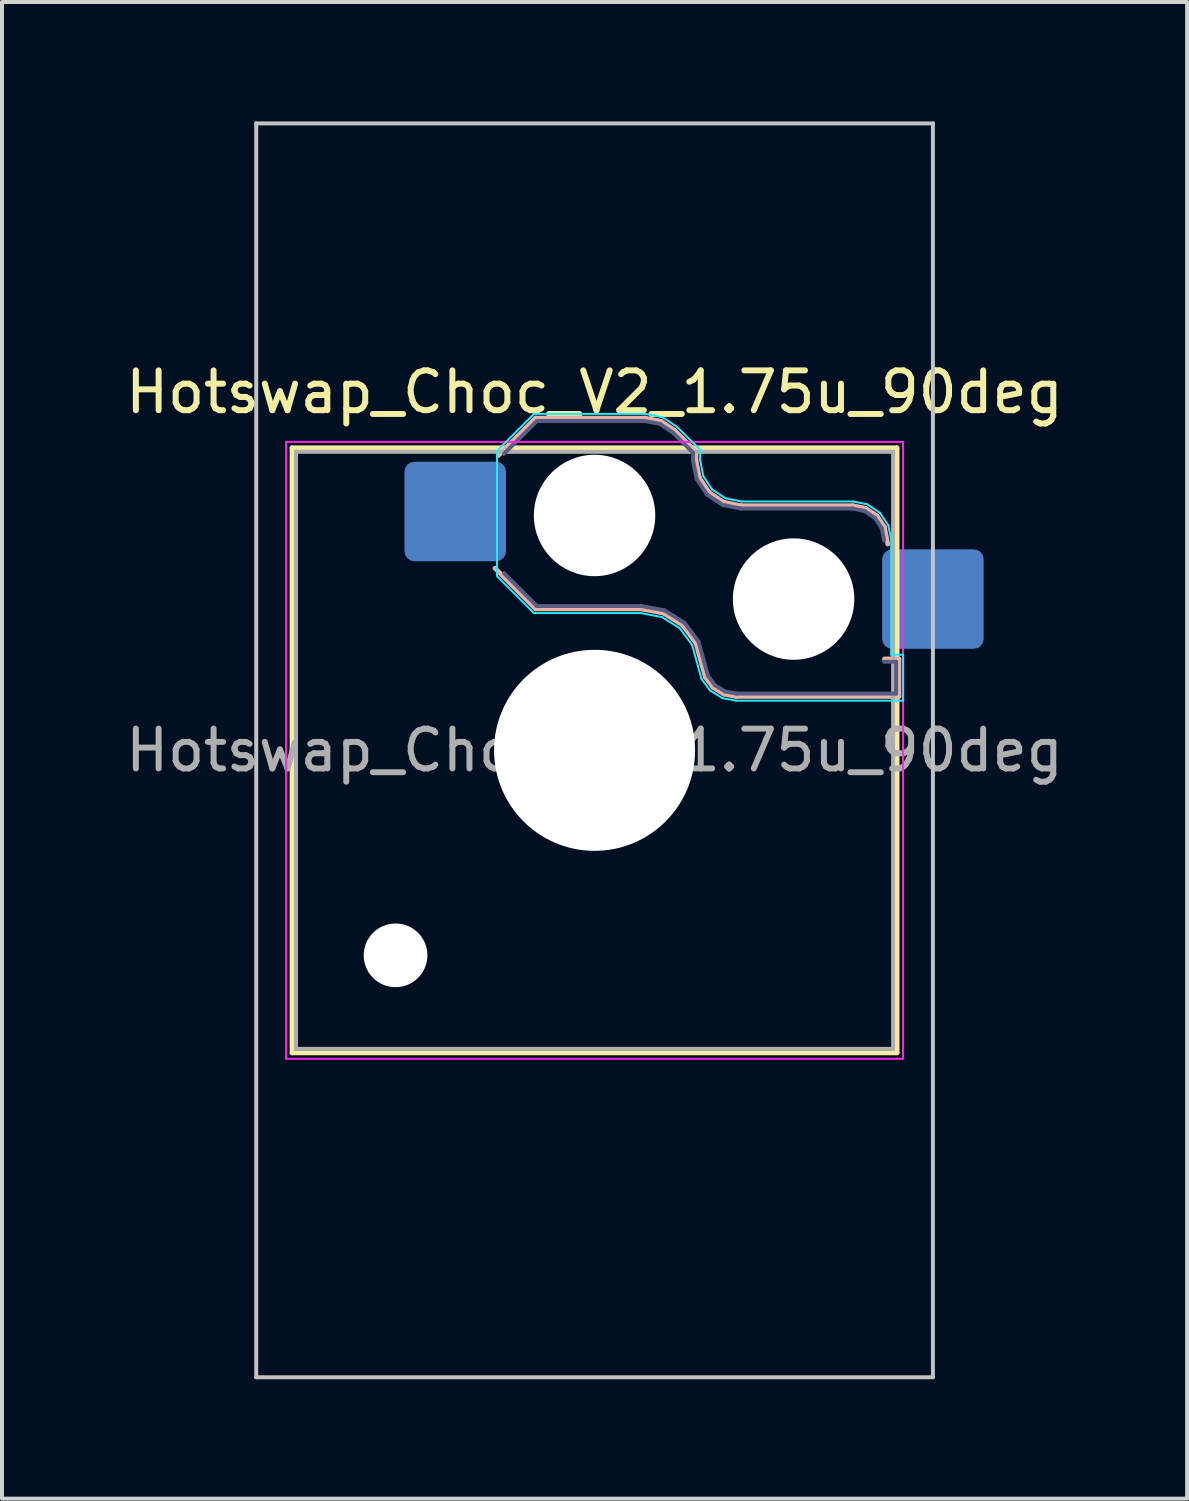
<source format=kicad_pcb>
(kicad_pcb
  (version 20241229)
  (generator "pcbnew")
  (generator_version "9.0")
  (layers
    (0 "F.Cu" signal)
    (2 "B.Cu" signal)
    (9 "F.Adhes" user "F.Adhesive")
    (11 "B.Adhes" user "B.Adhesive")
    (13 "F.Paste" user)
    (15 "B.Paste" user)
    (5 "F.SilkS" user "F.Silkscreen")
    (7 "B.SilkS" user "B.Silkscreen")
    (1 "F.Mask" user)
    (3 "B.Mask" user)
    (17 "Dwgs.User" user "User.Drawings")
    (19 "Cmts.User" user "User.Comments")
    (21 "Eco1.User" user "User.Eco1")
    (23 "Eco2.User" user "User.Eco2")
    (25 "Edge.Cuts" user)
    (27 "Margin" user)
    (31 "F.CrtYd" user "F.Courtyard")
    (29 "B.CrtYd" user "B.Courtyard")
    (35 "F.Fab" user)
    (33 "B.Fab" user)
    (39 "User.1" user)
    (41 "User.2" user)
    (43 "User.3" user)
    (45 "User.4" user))
  (footprint "Hotswap_Choc_V2_1.75u_90deg"
    (layer "F.Cu")
    (at 11.887 15.8)
    (property "Reference" "Hotswap_Choc_V2_1.75u_90deg" (at 0 -9 0) (layer "F.SilkS") (effects (font (size 1 1) (thickness 0.15))))
    (attr smd)
    (fp_line (start -7.6 -7.6) (end -7.6 7.6) (stroke (width 0.12) (type solid)) (layer "F.SilkS"))
    (fp_line (start -7.6 7.6) (end 7.6 7.6) (stroke (width 0.12) (type solid)) (layer "F.SilkS"))
    (fp_line (start 7.6 -7.6) (end -7.6 -7.6) (stroke (width 0.12) (type solid)) (layer "F.SilkS"))
    (fp_line (start 7.6 7.6) (end 7.6 -7.6) (stroke (width 0.12) (type solid)) (layer "F.SilkS"))
    (fp_line (start -2.416 -7.409) (end -1.479 -8.346) (stroke (width 0.12) (type solid)) (layer "B.SilkS"))
    (fp_line (start -1.479 -8.346) (end 1.268 -8.346) (stroke (width 0.12) (type solid)) (layer "B.SilkS"))
    (fp_line (start -1.479 -3.554) (end -2.5 -4.575) (stroke (width 0.12) (type solid)) (layer "B.SilkS"))
    (fp_line (start 1.168 -3.554) (end -1.479 -3.554) (stroke (width 0.12) (type solid)) (layer "B.SilkS"))
    (fp_line (start 1.268 -8.346) (end 1.671 -8.266) (stroke (width 0.12) (type solid)) (layer "B.SilkS"))
    (fp_line (start 1.671 -8.266) (end 2.013 -8.037) (stroke (width 0.12) (type solid)) (layer "B.SilkS"))
    (fp_line (start 1.73 -3.449) (end 1.168 -3.554) (stroke (width 0.12) (type solid)) (layer "B.SilkS"))
    (fp_line (start 2.013 -8.037) (end 2.546 -7.504) (stroke (width 0.12) (type solid)) (layer "B.SilkS"))
    (fp_line (start 2.209 -3.15) (end 1.73 -3.449) (stroke (width 0.12) (type solid)) (layer "B.SilkS"))
    (fp_line (start 2.546 -7.504) (end 2.546 -7.282) (stroke (width 0.12) (type solid)) (layer "B.SilkS"))
    (fp_line (start 2.546 -7.282) (end 2.633 -6.844) (stroke (width 0.12) (type solid)) (layer "B.SilkS"))
    (fp_line (start 2.547 -2.697) (end 2.209 -3.15) (stroke (width 0.12) (type solid)) (layer "B.SilkS"))
    (fp_line (start 2.633 -6.844) (end 2.877 -6.477) (stroke (width 0.12) (type solid)) (layer "B.SilkS"))
    (fp_line (start 2.701 -2.139) (end 2.547 -2.697) (stroke (width 0.12) (type solid)) (layer "B.SilkS"))
    (fp_line (start 2.783 -1.841) (end 2.701 -2.139) (stroke (width 0.12) (type solid)) (layer "B.SilkS"))
    (fp_line (start 2.877 -6.477) (end 3.244 -6.233) (stroke (width 0.12) (type solid)) (layer "B.SilkS"))
    (fp_line (start 2.976 -1.583) (end 2.783 -1.841) (stroke (width 0.12) (type solid)) (layer "B.SilkS"))
    (fp_line (start 3.244 -6.233) (end 3.682 -6.146) (stroke (width 0.12) (type solid)) (layer "B.SilkS"))
    (fp_line (start 3.25 -1.413) (end 2.976 -1.583) (stroke (width 0.12) (type solid)) (layer "B.SilkS"))
    (fp_line (start 3.56 -1.354) (end 3.25 -1.413) (stroke (width 0.12) (type solid)) (layer "B.SilkS"))
    (fp_line (start 3.682 -6.146) (end 6.482 -6.146) (stroke (width 0.12) (type solid)) (layer "B.SilkS"))
    (fp_line (start 6.482 -6.146) (end 6.809 -6.081) (stroke (width 0.12) (type solid)) (layer "B.SilkS"))
    (fp_line (start 6.809 -6.081) (end 7.092 -5.892) (stroke (width 0.12) (type solid)) (layer "B.SilkS"))
    (fp_line (start 7.092 -5.892) (end 7.281 -5.609) (stroke (width 0.12) (type solid)) (layer "B.SilkS"))
    (fp_line (start 7.281 -5.609) (end 7.366 -5.182) (stroke (width 0.12) (type solid)) (layer "B.SilkS"))
    (fp_line (start 7.283 -2.296) (end 7.646 -2.296) (stroke (width 0.12) (type solid)) (layer "B.SilkS"))
    (fp_line (start 7.646 -2.296) (end 7.646 -1.354) (stroke (width 0.12) (type solid)) (layer "B.SilkS"))
    (fp_line (start 7.646 -1.354) (end 3.56 -1.354) (stroke (width 0.12) (type solid)) (layer "B.SilkS"))
    (fp_line (start -8.5 -15.75) (end 8.5 -15.75) (stroke (width 0.1) (type solid)) (layer "Dwgs.User"))
    (fp_line (start -8.5 15.75) (end -8.5 -15.75) (stroke (width 0.1) (type solid)) (layer "Dwgs.User"))
    (fp_line (start 8.5 -15.75) (end 8.5 15.75) (stroke (width 0.1) (type solid)) (layer "Dwgs.User"))
    (fp_line (start 8.5 15.75) (end -8.5 15.75) (stroke (width 0.1) (type solid)) (layer "Dwgs.User"))
    (fp_line (start -7.25 -7.25) (end -7.25 7.25) (stroke (width 0.1) (type solid)) (layer "Eco1.User"))
    (fp_line (start -7.25 7.25) (end 7.25 7.25) (stroke (width 0.1) (type solid)) (layer "Eco1.User"))
    (fp_line (start 7.25 -7.25) (end -7.25 -7.25) (stroke (width 0.1) (type solid)) (layer "Eco1.User"))
    (fp_line (start 7.25 7.25) (end 7.25 -7.25) (stroke (width 0.1) (type solid)) (layer "Eco1.User"))
    (fp_line (start -2.452 -7.523) (end -1.523 -8.452) (stroke (width 0.05) (type solid)) (layer "B.CrtYd"))
    (fp_line (start -2.452 -4.377) (end -2.452 -7.523) (stroke (width 0.05) (type solid)) (layer "B.CrtYd"))
    (fp_line (start -1.523 -8.452) (end 1.278 -8.452) (stroke (width 0.05) (type solid)) (layer "B.CrtYd"))
    (fp_line (start -1.523 -3.448) (end -2.452 -4.377) (stroke (width 0.05) (type solid)) (layer "B.CrtYd"))
    (fp_line (start 1.159 -3.448) (end -1.523 -3.448) (stroke (width 0.05) (type solid)) (layer "B.CrtYd"))
    (fp_line (start 1.278 -8.452) (end 1.712 -8.366) (stroke (width 0.05) (type solid)) (layer "B.CrtYd"))
    (fp_line (start 1.691 -3.348) (end 1.159 -3.448) (stroke (width 0.05) (type solid)) (layer "B.CrtYd"))
    (fp_line (start 1.712 -8.366) (end 2.081 -8.119) (stroke (width 0.05) (type solid)) (layer "B.CrtYd"))
    (fp_line (start 2.081 -8.119) (end 2.652 -7.548) (stroke (width 0.05) (type solid)) (layer "B.CrtYd"))
    (fp_line (start 2.136 -3.071) (end 1.691 -3.348) (stroke (width 0.05) (type solid)) (layer "B.CrtYd"))
    (fp_line (start 2.45 -2.65) (end 2.136 -3.071) (stroke (width 0.05) (type solid)) (layer "B.CrtYd"))
    (fp_line (start 2.599 -2.111) (end 2.45 -2.65) (stroke (width 0.05) (type solid)) (layer "B.CrtYd"))
    (fp_line (start 2.652 -7.548) (end 2.652 -7.292) (stroke (width 0.05) (type solid)) (layer "B.CrtYd"))
    (fp_line (start 2.652 -7.292) (end 2.733 -6.885) (stroke (width 0.05) (type solid)) (layer "B.CrtYd"))
    (fp_line (start 2.687 -1.794) (end 2.599 -2.111) (stroke (width 0.05) (type solid)) (layer "B.CrtYd"))
    (fp_line (start 2.733 -6.885) (end 2.953 -6.553) (stroke (width 0.05) (type solid)) (layer "B.CrtYd"))
    (fp_line (start 2.903 -1.503) (end 2.687 -1.794) (stroke (width 0.05) (type solid)) (layer "B.CrtYd"))
    (fp_line (start 2.953 -6.553) (end 3.285 -6.333) (stroke (width 0.05) (type solid)) (layer "B.CrtYd"))
    (fp_line (start 3.211 -1.312) (end 2.903 -1.503) (stroke (width 0.05) (type solid)) (layer "B.CrtYd"))
    (fp_line (start 3.285 -6.333) (end 3.692 -6.252) (stroke (width 0.05) (type solid)) (layer "B.CrtYd"))
    (fp_line (start 3.55 -1.248) (end 3.211 -1.312) (stroke (width 0.05) (type solid)) (layer "B.CrtYd"))
    (fp_line (start 3.692 -6.252) (end 6.492 -6.252) (stroke (width 0.05) (type solid)) (layer "B.CrtYd"))
    (fp_line (start 6.492 -6.252) (end 6.85 -6.181) (stroke (width 0.05) (type solid)) (layer "B.CrtYd"))
    (fp_line (start 6.85 -6.181) (end 7.168 -5.968) (stroke (width 0.05) (type solid)) (layer "B.CrtYd"))
    (fp_line (start 7.168 -5.968) (end 7.381 -5.65) (stroke (width 0.05) (type solid)) (layer "B.CrtYd"))
    (fp_line (start 7.381 -5.65) (end 7.452 -5.292) (stroke (width 0.05) (type solid)) (layer "B.CrtYd"))
    (fp_line (start 7.452 -5.292) (end 7.452 -2.402) (stroke (width 0.05) (type solid)) (layer "B.CrtYd"))
    (fp_line (start 7.452 -2.402) (end 7.752 -2.402) (stroke (width 0.05) (type solid)) (layer "B.CrtYd"))
    (fp_line (start 7.752 -2.402) (end 7.752 -1.248) (stroke (width 0.05) (type solid)) (layer "B.CrtYd"))
    (fp_line (start 7.752 -1.248) (end 3.55 -1.248) (stroke (width 0.05) (type solid)) (layer "B.CrtYd"))
    (fp_line (start -7.75 -7.75) (end -7.75 7.75) (stroke (width 0.05) (type solid)) (layer "F.CrtYd"))
    (fp_line (start -7.75 7.75) (end 7.75 7.75) (stroke (width 0.05) (type solid)) (layer "F.CrtYd"))
    (fp_line (start 7.75 -7.75) (end -7.75 -7.75) (stroke (width 0.05) (type solid)) (layer "F.CrtYd"))
    (fp_line (start 7.75 7.75) (end 7.75 -7.75) (stroke (width 0.05) (type solid)) (layer "F.CrtYd"))
    (fp_line (start -2.275 -7.45) (end -1.45 -8.275) (stroke (width 0.1) (type solid)) (layer "B.Fab"))
    (fp_line (start -1.45 -8.275) (end 1.261 -8.275) (stroke (width 0.1) (type solid)) (layer "B.Fab"))
    (fp_line (start -1.45 -3.625) (end -2.275 -4.45) (stroke (width 0.1) (type solid)) (layer "B.Fab"))
    (fp_line (start 1.175 -3.625) (end -1.45 -3.625) (stroke (width 0.1) (type solid)) (layer "B.Fab"))
    (fp_line (start 1.261 -8.275) (end 1.643 -8.199) (stroke (width 0.1) (type solid)) (layer "B.Fab"))
    (fp_line (start 1.643 -8.199) (end 1.968 -7.982) (stroke (width 0.1) (type solid)) (layer "B.Fab"))
    (fp_line (start 1.756 -3.516) (end 1.175 -3.625) (stroke (width 0.1) (type solid)) (layer "B.Fab"))
    (fp_line (start 1.968 -7.982) (end 2.475 -7.475) (stroke (width 0.1) (type solid)) (layer "B.Fab"))
    (fp_line (start 2.258 -3.203) (end 1.756 -3.516) (stroke (width 0.1) (type solid)) (layer "B.Fab"))
    (fp_line (start 2.475 -7.475) (end 2.475 -7.275) (stroke (width 0.1) (type solid)) (layer "B.Fab"))
    (fp_line (start 2.475 -7.275) (end 2.566 -6.816) (stroke (width 0.1) (type solid)) (layer "B.Fab"))
    (fp_line (start 2.566 -6.816) (end 2.826 -6.426) (stroke (width 0.1) (type solid)) (layer "B.Fab"))
    (fp_line (start 2.612 -2.729) (end 2.258 -3.203) (stroke (width 0.1) (type solid)) (layer "B.Fab"))
    (fp_line (start 2.769 -2.158) (end 2.612 -2.729) (stroke (width 0.1) (type solid)) (layer "B.Fab"))
    (fp_line (start 2.826 -6.426) (end 3.216 -6.166) (stroke (width 0.1) (type solid)) (layer "B.Fab"))
    (fp_line (start 2.848 -1.873) (end 2.769 -2.158) (stroke (width 0.1) (type solid)) (layer "B.Fab"))
    (fp_line (start 3.025 -1.636) (end 2.848 -1.873) (stroke (width 0.1) (type solid)) (layer "B.Fab"))
    (fp_line (start 3.216 -6.166) (end 3.675 -6.075) (stroke (width 0.1) (type solid)) (layer "B.Fab"))
    (fp_line (start 3.276 -1.48) (end 3.025 -1.636) (stroke (width 0.1) (type solid)) (layer "B.Fab"))
    (fp_line (start 3.567 -1.425) (end 3.276 -1.48) (stroke (width 0.1) (type solid)) (layer "B.Fab"))
    (fp_line (start 3.675 -6.075) (end 6.475 -6.075) (stroke (width 0.1) (type solid)) (layer "B.Fab"))
    (fp_line (start 6.475 -6.075) (end 6.781 -6.014) (stroke (width 0.1) (type solid)) (layer "B.Fab"))
    (fp_line (start 6.781 -6.014) (end 7.041 -5.841) (stroke (width 0.1) (type solid)) (layer "B.Fab"))
    (fp_line (start 7.041 -5.841) (end 7.214 -5.581) (stroke (width 0.1) (type solid)) (layer "B.Fab"))
    (fp_line (start 7.214 -5.581) (end 7.275 -5.275) (stroke (width 0.1) (type solid)) (layer "B.Fab"))
    (fp_line (start 7.275 -2.225) (end 7.575 -2.225) (stroke (width 0.1) (type solid)) (layer "B.Fab"))
    (fp_line (start 7.575 -2.225) (end 7.575 -1.425) (stroke (width 0.1) (type solid)) (layer "B.Fab"))
    (fp_line (start 7.575 -1.425) (end 3.567 -1.425) (stroke (width 0.1) (type solid)) (layer "B.Fab"))
    (fp_line (start -7.5 -7.5) (end -7.5 7.5) (stroke (width 0.1) (type solid)) (layer "F.Fab"))
    (fp_line (start -7.5 7.5) (end 7.5 7.5) (stroke (width 0.1) (type solid)) (layer "F.Fab"))
    (fp_line (start 7.5 -7.5) (end -7.5 -7.5) (stroke (width 0.1) (type solid)) (layer "F.Fab"))
    (fp_line (start 7.5 7.5) (end 7.5 -7.5) (stroke (width 0.1) (type solid)) (layer "F.Fab"))
    (fp_text user "${REFERENCE}" (at 0 0 0) (layer "F.Fab") (effects (font (size 1 1) (thickness 0.15))))
    (pad "" np_thru_hole circle (at -5 5.15) (size 1.6 1.6) (drill 1.6) (layers "*.Cu" "*.Mask"))
    (pad "" np_thru_hole circle (at 0 -5.9) (size 3.05 3.05) (drill 3.05) (layers "*.Cu" "*.Mask"))
    (pad "" np_thru_hole circle (at 0 0) (size 5.05 5.05) (drill 5.05) (layers "*.Cu" "*.Mask"))
    (pad "" np_thru_hole circle (at 5 -3.8) (size 3.05 3.05) (drill 3.05) (layers "*.Cu" "*.Mask"))
    (pad "1" smd roundrect (at -3.5 -6) (size 2.55 2.5) (layers "B.Cu" "B.Mask" "B.Paste") (roundrect_rratio 0.1))
    (pad "2" smd roundrect (at 8.5 -3.8) (size 2.55 2.5) (layers "B.Cu" "B.Mask" "B.Paste") (roundrect_rratio 0.1)))
  (gr_rect
    (start -3 -3)
    (end 26.774 34.6)
    (stroke (width 0.1) (type default))
    (fill no)
    (layer "Edge.Cuts")))
</source>
